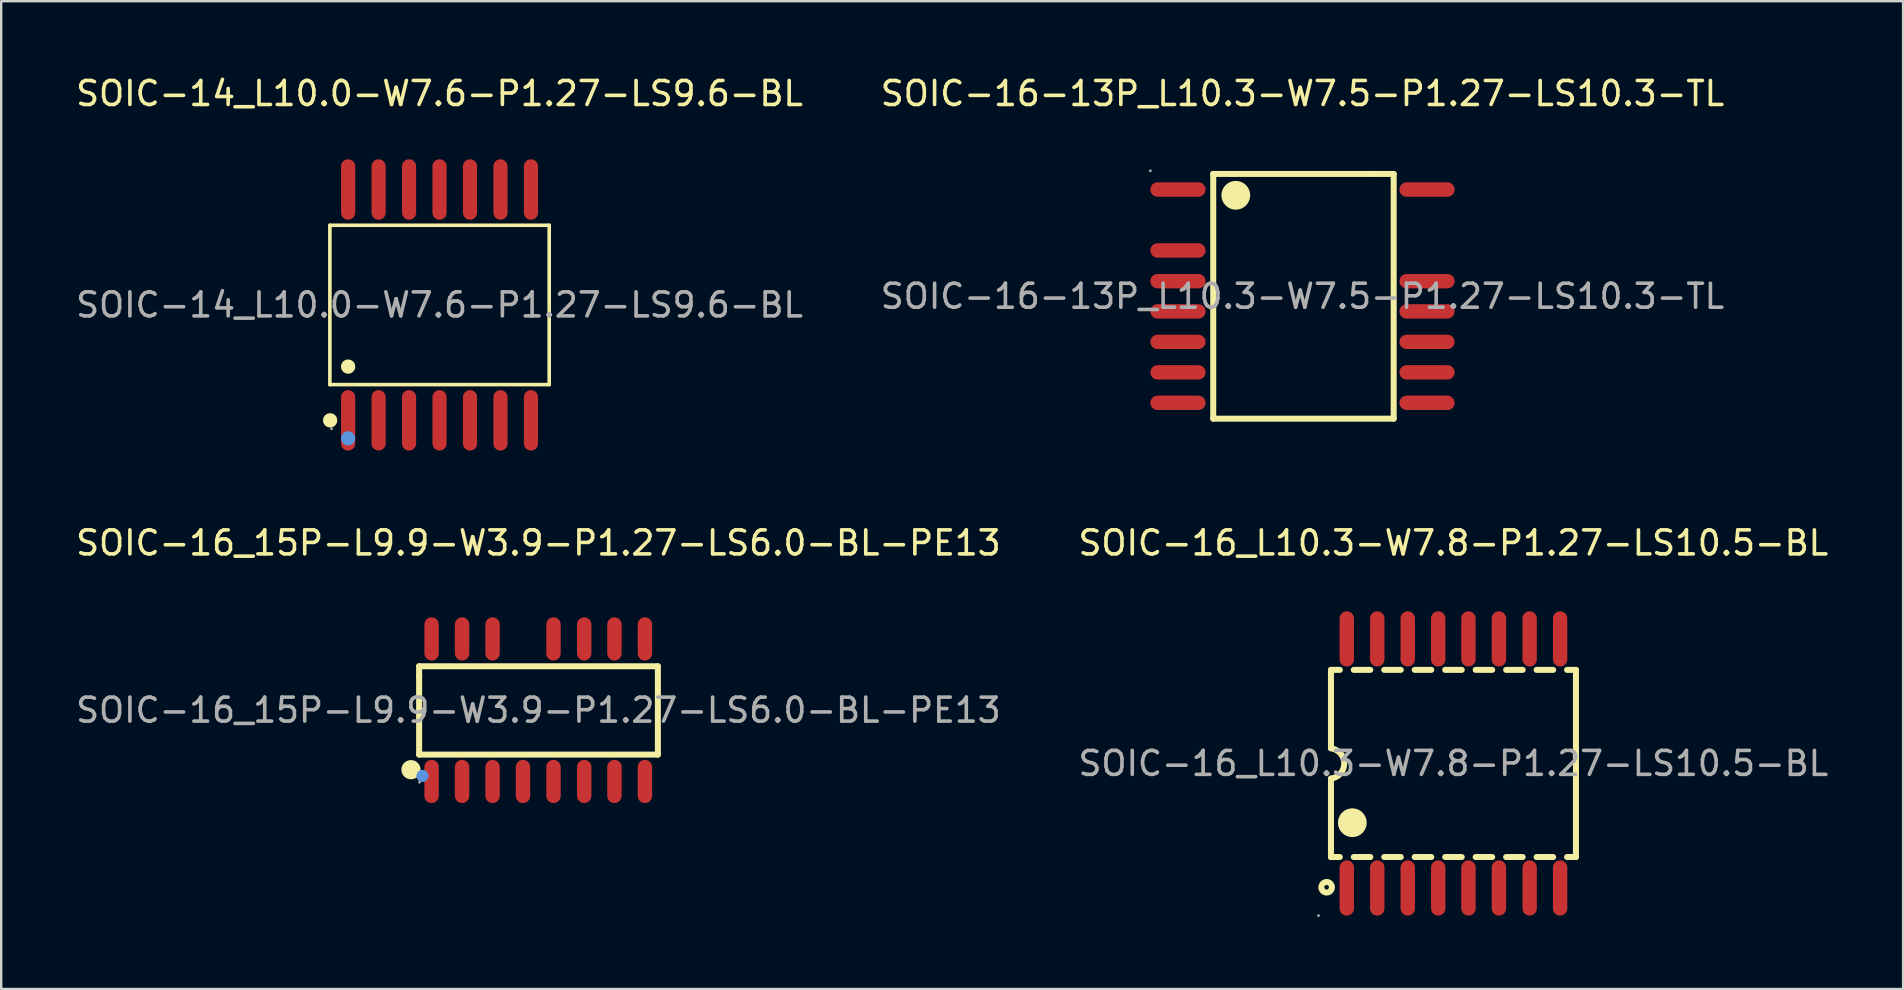
<source format=kicad_pcb>
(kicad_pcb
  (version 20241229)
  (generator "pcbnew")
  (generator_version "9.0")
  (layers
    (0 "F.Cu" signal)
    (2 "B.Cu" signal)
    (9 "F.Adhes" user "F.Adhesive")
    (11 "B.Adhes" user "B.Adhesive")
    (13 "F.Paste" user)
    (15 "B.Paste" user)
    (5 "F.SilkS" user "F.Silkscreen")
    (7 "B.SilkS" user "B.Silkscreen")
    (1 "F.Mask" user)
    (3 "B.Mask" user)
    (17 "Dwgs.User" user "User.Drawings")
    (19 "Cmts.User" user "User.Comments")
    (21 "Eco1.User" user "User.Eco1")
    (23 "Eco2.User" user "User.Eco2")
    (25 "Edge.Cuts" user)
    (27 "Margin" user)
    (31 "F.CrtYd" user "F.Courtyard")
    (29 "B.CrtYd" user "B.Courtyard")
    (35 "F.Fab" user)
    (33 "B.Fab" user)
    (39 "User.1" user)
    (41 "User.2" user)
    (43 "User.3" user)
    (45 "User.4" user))
  (footprint "SOIC-16_L10.3-W7.8-P1.27-LS10.5-BL"
    (layer "F.Cu")
    (at 57.518 28.767)
    (property "Reference" "SOIC-16_L10.3-W7.8-P1.27-LS10.5-BL" (at 0 -9.19 0) (layer "F.SilkS") (effects (font (size 1 1) (thickness 0.15))))
    (attr through_hole)
    (fp_line (start -5.1 -3.9) (end -5.1 -0.64) (stroke (width 0.25) (type solid)) (layer "F.SilkS"))
    (fp_line (start -5.1 -3.9) (end -4.73 -3.9) (stroke (width 0.25) (type solid)) (layer "F.SilkS"))
    (fp_line (start -5.1 3.9) (end -5.1 0.63) (stroke (width 0.25) (type solid)) (layer "F.SilkS"))
    (fp_line (start -5.1 3.9) (end -4.73 3.9) (stroke (width 0.25) (type solid)) (layer "F.SilkS"))
    (fp_line (start -4.15 -3.9) (end -3.46 -3.9) (stroke (width 0.25) (type solid)) (layer "F.SilkS"))
    (fp_line (start -4.15 3.9) (end -3.46 3.9) (stroke (width 0.25) (type solid)) (layer "F.SilkS"))
    (fp_line (start -2.88 -3.9) (end -2.19 -3.9) (stroke (width 0.25) (type solid)) (layer "F.SilkS"))
    (fp_line (start -2.88 3.9) (end -2.19 3.9) (stroke (width 0.25) (type solid)) (layer "F.SilkS"))
    (fp_line (start -1.61 -3.9) (end -0.92 -3.9) (stroke (width 0.25) (type solid)) (layer "F.SilkS"))
    (fp_line (start -1.61 3.9) (end -0.92 3.9) (stroke (width 0.25) (type solid)) (layer "F.SilkS"))
    (fp_line (start -0.34 -3.9) (end 0.35 -3.9) (stroke (width 0.25) (type solid)) (layer "F.SilkS"))
    (fp_line (start -0.34 3.9) (end 0.35 3.9) (stroke (width 0.25) (type solid)) (layer "F.SilkS"))
    (fp_line (start 0.93 -3.9) (end 1.62 -3.9) (stroke (width 0.25) (type solid)) (layer "F.SilkS"))
    (fp_line (start 0.93 3.9) (end 1.62 3.9) (stroke (width 0.25) (type solid)) (layer "F.SilkS"))
    (fp_line (start 2.2 -3.9) (end 2.89 -3.9) (stroke (width 0.25) (type solid)) (layer "F.SilkS"))
    (fp_line (start 2.2 3.9) (end 2.89 3.9) (stroke (width 0.25) (type solid)) (layer "F.SilkS"))
    (fp_line (start 3.47 -3.9) (end 4.16 -3.9) (stroke (width 0.25) (type solid)) (layer "F.SilkS"))
    (fp_line (start 3.47 3.9) (end 4.16 3.9) (stroke (width 0.25) (type solid)) (layer "F.SilkS"))
    (fp_line (start 4.74 -3.9) (end 5.11 -3.9) (stroke (width 0.25) (type solid)) (layer "F.SilkS"))
    (fp_line (start 4.74 3.9) (end 5.11 3.9) (stroke (width 0.25) (type solid)) (layer "F.SilkS"))
    (fp_line (start 5.11 3.9) (end 5.11 -3.9) (stroke (width 0.25) (type solid)) (layer "F.SilkS"))
    (fp_arc (start -5.101582 -0.630199) (mid -4.544941 -0.000797) (end -5.1 0.63) (stroke (width 0.25) (type solid)) (layer "F.SilkS"))
    (fp_arc (start -4.21 2.47) (mid -4.21 2.47) (end -4.21 2.47) (stroke (width 0.6) (type solid)) (layer "F.SilkS"))
    (fp_circle (center -5.28 5.16) (end -5.06 5.16) (stroke (width 0.25) (type solid)) (fill no) (layer "F.SilkS"))
    (fp_circle (center -5.62 6.34) (end -5.59 6.34) (stroke (width 0.06) (type solid)) (fill no) (layer "F.Fab"))
    (fp_text user "${REFERENCE}" (at 0 0 0) (layer "F.Fab") (effects (font (size 1 1) (thickness 0.15))))
    (pad "1" smd oval (at -4.44 5.19 180) (size 0.6 2.3) (layers "F.Cu" "F.Mask" "F.Paste"))
    (pad "2" smd oval (at -3.17 5.19 180) (size 0.6 2.3) (layers "F.Cu" "F.Mask" "F.Paste"))
    (pad "3" smd oval (at -1.9 5.19 180) (size 0.6 2.3) (layers "F.Cu" "F.Mask" "F.Paste"))
    (pad "4" smd oval (at -0.63 5.19 180) (size 0.6 2.3) (layers "F.Cu" "F.Mask" "F.Paste"))
    (pad "5" smd oval (at 0.63 5.19 180) (size 0.6 2.3) (layers "F.Cu" "F.Mask" "F.Paste"))
    (pad "6" smd oval (at 1.9 5.19 180) (size 0.6 2.3) (layers "F.Cu" "F.Mask" "F.Paste"))
    (pad "7" smd oval (at 3.18 5.19 180) (size 0.6 2.3) (layers "F.Cu" "F.Mask" "F.Paste"))
    (pad "8" smd oval (at 4.45 5.19 180) (size 0.6 2.3) (layers "F.Cu" "F.Mask" "F.Paste"))
    (pad "9" smd oval (at 4.45 -5.19 180) (size 0.6 2.3) (layers "F.Cu" "F.Mask" "F.Paste"))
    (pad "10" smd oval (at 3.18 -5.19 180) (size 0.6 2.3) (layers "F.Cu" "F.Mask" "F.Paste"))
    (pad "11" smd oval (at 1.9 -5.19 180) (size 0.6 2.3) (layers "F.Cu" "F.Mask" "F.Paste"))
    (pad "12" smd oval (at 0.63 -5.19 180) (size 0.6 2.3) (layers "F.Cu" "F.Mask" "F.Paste"))
    (pad "13" smd oval (at -0.63 -5.19 180) (size 0.6 2.3) (layers "F.Cu" "F.Mask" "F.Paste"))
    (pad "14" smd oval (at -1.9 -5.19 180) (size 0.6 2.3) (layers "F.Cu" "F.Mask" "F.Paste"))
    (pad "15" smd oval (at -3.17 -5.19 180) (size 0.6 2.3) (layers "F.Cu" "F.Mask" "F.Paste"))
    (pad "16" smd oval (at -4.44 -5.19 180) (size 0.6 2.3) (layers "F.Cu" "F.Mask" "F.Paste")))
  (footprint "SOIC-14_L10.0-W7.6-P1.27-LS9.6-BL"
    (layer "F.Cu")
    (at 15.268 9.658)
    (property "Reference" "SOIC-14_L10.0-W7.6-P1.27-LS9.6-BL" (at 0 -8.81 0) (layer "F.SilkS") (effects (font (size 1 1) (thickness 0.15))))
    (attr through_hole)
    (fp_line (start -4.57 -3.32) (end 4.57 -3.32) (stroke (width 0.15) (type solid)) (layer "F.SilkS"))
    (fp_line (start -4.57 3.32) (end -4.57 -3.32) (stroke (width 0.15) (type solid)) (layer "F.SilkS"))
    (fp_line (start 4.57 -3.32) (end 4.57 3.32) (stroke (width 0.15) (type solid)) (layer "F.SilkS"))
    (fp_line (start 4.57 3.32) (end -4.57 3.32) (stroke (width 0.15) (type solid)) (layer "F.SilkS"))
    (fp_circle (center -4.56 4.81) (end -4.41 4.81) (stroke (width 0.3) (type solid)) (fill no) (layer "F.SilkS"))
    (fp_circle (center -3.81 2.57) (end -3.66 2.57) (stroke (width 0.3) (type solid)) (fill no) (layer "F.SilkS"))
    (fp_circle (center -3.81 5.56) (end -3.66 5.56) (stroke (width 0.3) (type solid)) (fill no) (layer "Cmts.User"))
    (fp_circle (center -4.5 5.16) (end -4.47 5.16) (stroke (width 0.06) (type solid)) (fill no) (layer "F.Fab"))
    (fp_text user "${REFERENCE}" (at 0 0 0) (layer "F.Fab") (effects (font (size 1 1) (thickness 0.15))))
    (pad "1" smd oval (at -3.81 4.81) (size 0.59 2.52) (layers "F.Cu" "F.Mask" "F.Paste"))
    (pad "2" smd oval (at -2.54 4.81) (size 0.59 2.52) (layers "F.Cu" "F.Mask" "F.Paste"))
    (pad "3" smd oval (at -1.27 4.81) (size 0.59 2.52) (layers "F.Cu" "F.Mask" "F.Paste"))
    (pad "4" smd oval (at 0 4.81) (size 0.59 2.52) (layers "F.Cu" "F.Mask" "F.Paste"))
    (pad "5" smd oval (at 1.27 4.81) (size 0.59 2.52) (layers "F.Cu" "F.Mask" "F.Paste"))
    (pad "6" smd oval (at 2.54 4.81) (size 0.59 2.52) (layers "F.Cu" "F.Mask" "F.Paste"))
    (pad "7" smd oval (at 3.81 4.81) (size 0.59 2.52) (layers "F.Cu" "F.Mask" "F.Paste"))
    (pad "8" smd oval (at 3.81 -4.81) (size 0.59 2.52) (layers "F.Cu" "F.Mask" "F.Paste"))
    (pad "9" smd oval (at 2.54 -4.81) (size 0.59 2.52) (layers "F.Cu" "F.Mask" "F.Paste"))
    (pad "10" smd oval (at 1.27 -4.81) (size 0.59 2.52) (layers "F.Cu" "F.Mask" "F.Paste"))
    (pad "11" smd oval (at 0 -4.81) (size 0.59 2.52) (layers "F.Cu" "F.Mask" "F.Paste"))
    (pad "12" smd oval (at -1.27 -4.81) (size 0.59 2.52) (layers "F.Cu" "F.Mask" "F.Paste"))
    (pad "13" smd oval (at -2.54 -4.81) (size 0.59 2.52) (layers "F.Cu" "F.Mask" "F.Paste"))
    (pad "14" smd oval (at -3.81 -4.81) (size 0.59 2.52) (layers "F.Cu" "F.Mask" "F.Paste")))
  (footprint "SOIC-16_15P-L9.9-W3.9-P1.27-LS6.0-BL-PE13"
    (layer "F.Cu")
    (at 19.387 26.547)
    (property "Reference" "SOIC-16_15P-L9.9-W3.9-P1.27-LS6.0-BL-PE13" (at 0 -6.97 0) (layer "F.SilkS") (effects (font (size 1 1) (thickness 0.15))))
    (attr through_hole)
    (fp_line (start -4.97 -1.83) (end -4.97 -1.4) (stroke (width 0.25) (type solid)) (layer "F.SilkS"))
    (fp_line (start -4.97 -1.4) (end -4.97 1.85) (stroke (width 0.25) (type solid)) (layer "F.SilkS"))
    (fp_line (start -4.97 1.85) (end 4.98 1.85) (stroke (width 0.25) (type solid)) (layer "F.SilkS"))
    (fp_line (start 4.98 -1.83) (end -4.97 -1.83) (stroke (width 0.25) (type solid)) (layer "F.SilkS"))
    (fp_line (start 4.98 1.85) (end 4.98 -1.83) (stroke (width 0.25) (type solid)) (layer "F.SilkS"))
    (fp_arc (start -5.3 2.28) (mid -5.314988 2.680188) (end -5.310027 2.27975) (stroke (width 0.4) (type solid)) (layer "F.SilkS"))
    (fp_circle (center -4.83 2.74) (end -4.7 2.74) (stroke (width 0.25) (type solid)) (fill no) (layer "Cmts.User"))
    (fp_circle (center -4.95 3) (end -4.92 3) (stroke (width 0.06) (type solid)) (fill no) (layer "F.Fab"))
    (fp_text user "${REFERENCE}" (at 0 0 0) (layer "F.Fab") (effects (font (size 1 1) (thickness 0.15))))
    (pad "1" smd oval (at -4.45 2.97 180) (size 0.6 1.8) (layers "F.Cu" "F.Mask" "F.Paste"))
    (pad "2" smd oval (at -3.18 2.97 180) (size 0.6 1.8) (layers "F.Cu" "F.Mask" "F.Paste"))
    (pad "3" smd oval (at -1.91 2.97 180) (size 0.6 1.8) (layers "F.Cu" "F.Mask" "F.Paste"))
    (pad "4" smd oval (at -0.64 2.97 180) (size 0.6 1.8) (layers "F.Cu" "F.Mask" "F.Paste"))
    (pad "5" smd oval (at 0.63 2.97 180) (size 0.6 1.8) (layers "F.Cu" "F.Mask" "F.Paste"))
    (pad "6" smd oval (at 1.91 2.97 180) (size 0.6 1.8) (layers "F.Cu" "F.Mask" "F.Paste"))
    (pad "7" smd oval (at 3.17 2.97 180) (size 0.6 1.8) (layers "F.Cu" "F.Mask" "F.Paste"))
    (pad "8" smd oval (at 4.44 2.97 180) (size 0.6 1.8) (layers "F.Cu" "F.Mask" "F.Paste"))
    (pad "9" smd oval (at 4.44 -2.97 180) (size 0.6 1.8) (layers "F.Cu" "F.Mask" "F.Paste"))
    (pad "10" smd oval (at 3.17 -2.97 180) (size 0.6 1.8) (layers "F.Cu" "F.Mask" "F.Paste"))
    (pad "11" smd oval (at 1.91 -2.97 180) (size 0.6 1.8) (layers "F.Cu" "F.Mask" "F.Paste"))
    (pad "12" smd oval (at 0.63 -2.97 180) (size 0.6 1.8) (layers "F.Cu" "F.Mask" "F.Paste"))
    (pad "14" smd oval (at -1.91 -2.97 180) (size 0.6 1.8) (layers "F.Cu" "F.Mask" "F.Paste"))
    (pad "15" smd oval (at -3.18 -2.97 180) (size 0.6 1.8) (layers "F.Cu" "F.Mask" "F.Paste"))
    (pad "16" smd oval (at -4.45 -2.97 180) (size 0.6 1.8) (layers "F.Cu" "F.Mask" "F.Paste")))
  (footprint "SOIC-16-13P_L10.3-W7.5-P1.27-LS10.3-TL"
    (layer "F.Cu")
    (at 51.232 9.298)
    (property "Reference" "SOIC-16-13P_L10.3-W7.5-P1.27-LS10.3-TL" (at 0 -8.45 0) (layer "F.SilkS") (effects (font (size 1 1) (thickness 0.15))))
    (attr through_hole)
    (fp_line (start -3.72 -5.1) (end -3.72 5.1) (stroke (width 0.25) (type solid)) (layer "F.SilkS"))
    (fp_line (start -3.72 5.1) (end 3.8 5.1) (stroke (width 0.25) (type solid)) (layer "F.SilkS"))
    (fp_line (start 3.01 -5.1) (end -3.72 -5.1) (stroke (width 0.25) (type solid)) (layer "F.SilkS"))
    (fp_line (start 3.8 -5.1) (end 3.01 -5.1) (stroke (width 0.25) (type solid)) (layer "F.SilkS"))
    (fp_line (start 3.8 5.1) (end 3.8 -5.1) (stroke (width 0.25) (type solid)) (layer "F.SilkS"))
    (fp_arc (start -2.48 -4.21) (mid -3.079958 -4.205) (end -2.480167 -4.219999) (stroke (width 0.6) (type solid)) (layer "F.SilkS"))
    (fp_circle (center -6.34 -5.23) (end -6.31 -5.23) (stroke (width 0.06) (type solid)) (fill no) (layer "F.Fab"))
    (fp_text user "${REFERENCE}" (at 0 0 0) (layer "F.Fab") (effects (font (size 1 1) (thickness 0.15))))
    (pad "1" smd oval (at -5.19 -4.45 90) (size 0.6 2.3) (layers "F.Cu" "F.Mask" "F.Paste"))
    (pad "3" smd oval (at -5.19 -1.91 90) (size 0.6 2.3) (layers "F.Cu" "F.Mask" "F.Paste"))
    (pad "4" smd oval (at -5.19 -0.63 90) (size 0.6 2.3) (layers "F.Cu" "F.Mask" "F.Paste"))
    (pad "5" smd oval (at -5.19 0.63 90) (size 0.6 2.3) (layers "F.Cu" "F.Mask" "F.Paste"))
    (pad "6" smd oval (at -5.19 1.9 90) (size 0.6 2.3) (layers "F.Cu" "F.Mask" "F.Paste"))
    (pad "7" smd oval (at -5.19 3.17 90) (size 0.6 2.3) (layers "F.Cu" "F.Mask" "F.Paste"))
    (pad "8" smd oval (at -5.19 4.44 90) (size 0.6 2.3) (layers "F.Cu" "F.Mask" "F.Paste"))
    (pad "9" smd oval (at 5.19 4.44 90) (size 0.6 2.3) (layers "F.Cu" "F.Mask" "F.Paste"))
    (pad "10" smd oval (at 5.19 3.17 90) (size 0.6 2.3) (layers "F.Cu" "F.Mask" "F.Paste"))
    (pad "11" smd oval (at 5.19 1.9 90) (size 0.6 2.3) (layers "F.Cu" "F.Mask" "F.Paste"))
    (pad "12" smd oval (at 5.19 0.63 90) (size 0.6 2.3) (layers "F.Cu" "F.Mask" "F.Paste"))
    (pad "13" smd oval (at 5.19 -0.63 90) (size 0.6 2.3) (layers "F.Cu" "F.Mask" "F.Paste"))
    (pad "16" smd oval (at 5.19 -4.45 90) (size 0.6 2.3) (layers "F.Cu" "F.Mask" "F.Paste")))
  (gr_rect
    (start -3 -3)
    (end 76.262 38.166)
    (stroke (width 0.1) (type default))
    (fill no)
    (layer "Edge.Cuts")))
</source>
